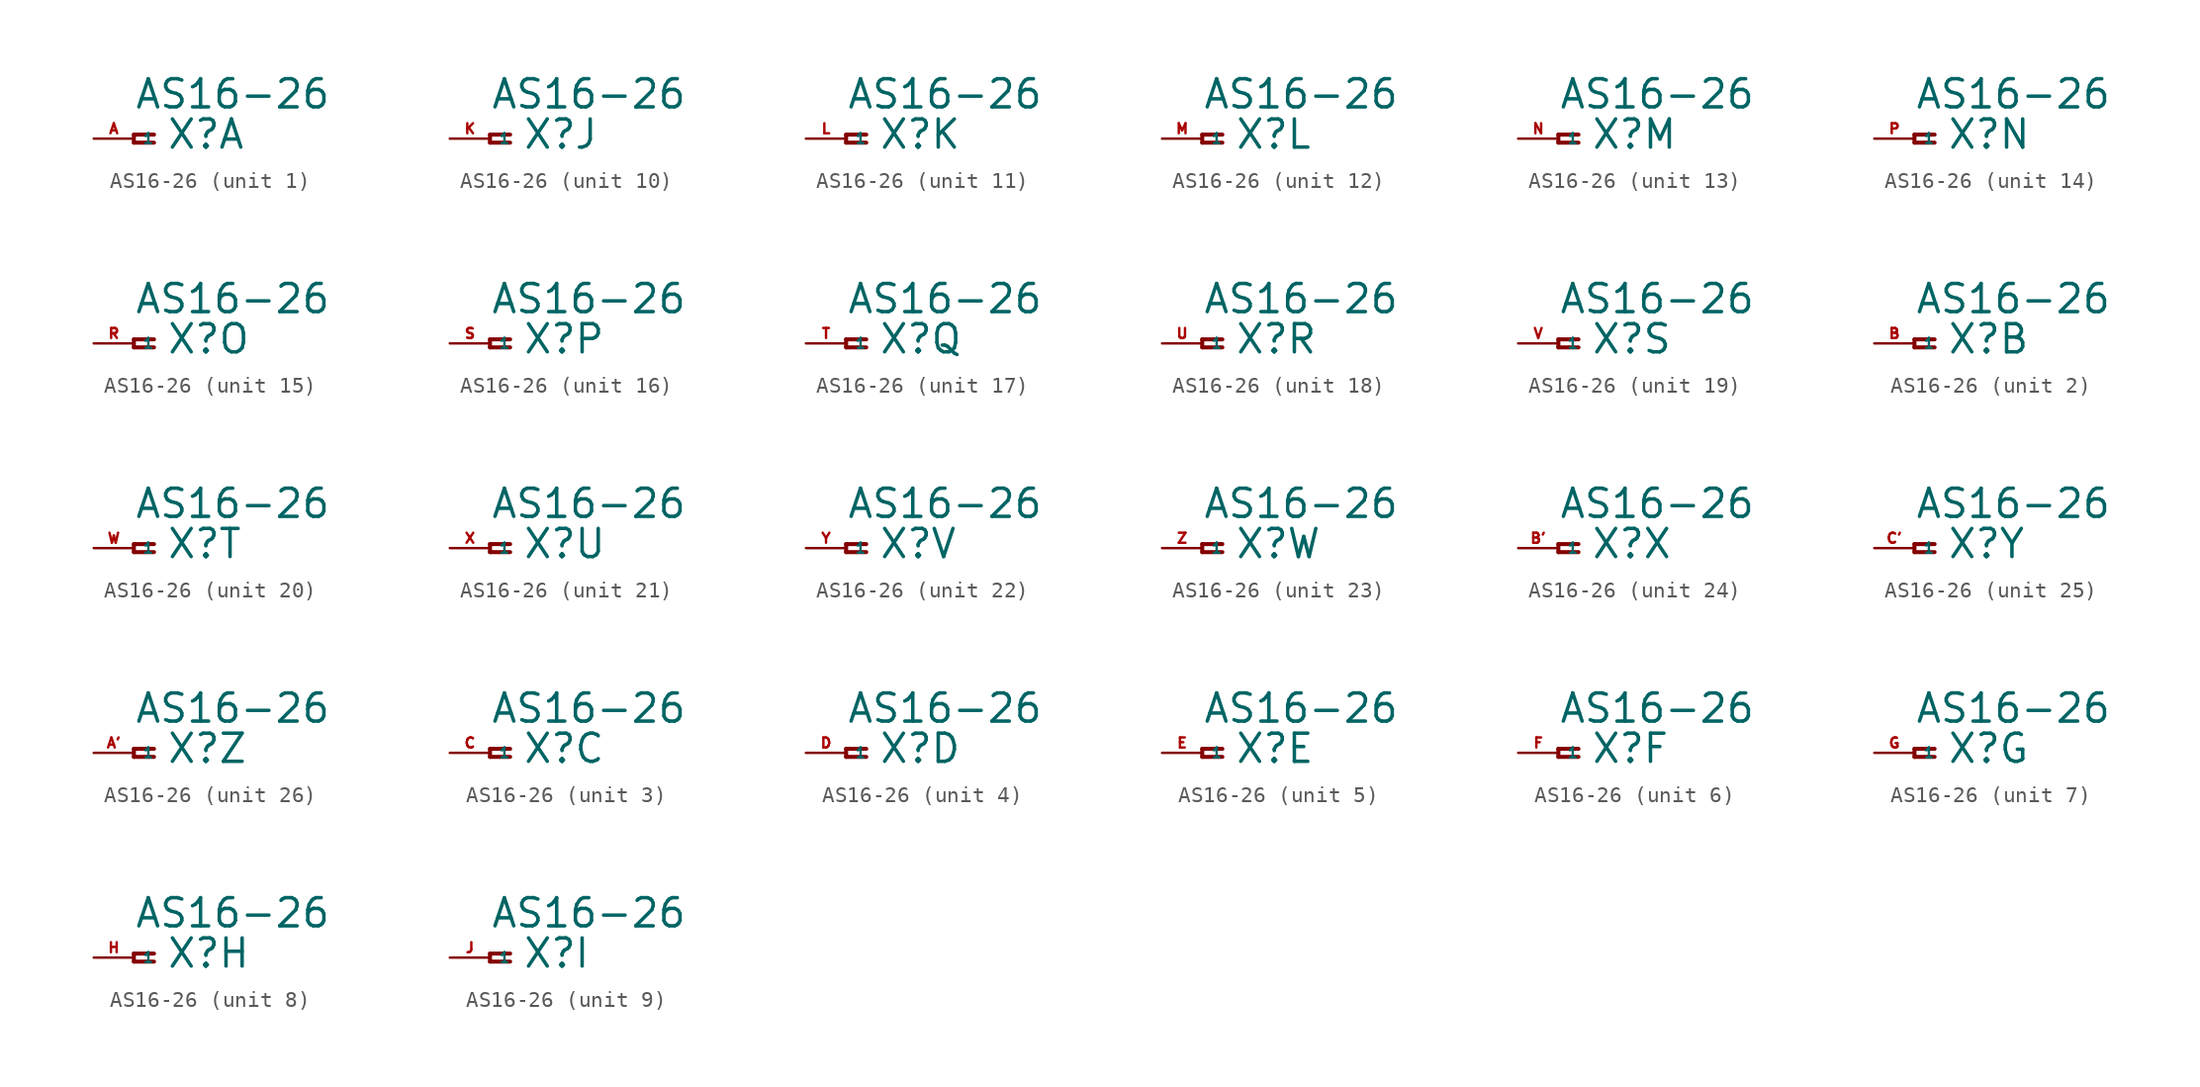
<source format=kicad_sym>
(kicad_symbol_lib
  (version 20220914)
  (generator Eagle2Kicad)
  (symbol "AS16-26"
    (property "Reference" "X"
      (at 2.032 -0.762 0)
      (effects (font (size 1.778 1.778) (thickness 0.22)) (justify left bottom)))
    (property "Value" "AS16-26"
      (at 0 1.778 0)
      (effects (font (size 1.778 1.778) (thickness 0.22)) (justify left bottom)))
    (symbol "AS16-26_1_0"
      (polyline (pts (xy 1.27 0.254) (xy 0 0.254)) (stroke (width 0.254) (type default)) (fill (type none)))
      (polyline (pts (xy 0 0.254) (xy 0 -0.254)) (stroke (width 0.254) (type default)) (fill (type none)))
      (polyline (pts (xy 0 -0.254) (xy 1.27 -0.254)) (stroke (width 0.254) (type default)) (fill (type none)))
      (pin passive line (at -2.54 0 0) (length 2.54) (name "1" (effects (font (size 0.635 0.635) (thickness 0.08)) (justify left bottom))) (number "A" (effects (font (size 0.635 0.635) (thickness 0.08)) (justify left bottom)))))
    (symbol "AS16-26_2_0"
      (polyline (pts (xy 1.27 0.254) (xy 0 0.254)) (stroke (width 0.254) (type default)) (fill (type none)))
      (polyline (pts (xy 0 0.254) (xy 0 -0.254)) (stroke (width 0.254) (type default)) (fill (type none)))
      (polyline (pts (xy 0 -0.254) (xy 1.27 -0.254)) (stroke (width 0.254) (type default)) (fill (type none)))
      (pin passive line (at -2.54 0 0) (length 2.54) (name "1" (effects (font (size 0.635 0.635) (thickness 0.08)) (justify left bottom))) (number "B" (effects (font (size 0.635 0.635) (thickness 0.08)) (justify left bottom)))))
    (symbol "AS16-26_3_0"
      (polyline (pts (xy 1.27 0.254) (xy 0 0.254)) (stroke (width 0.254) (type default)) (fill (type none)))
      (polyline (pts (xy 0 0.254) (xy 0 -0.254)) (stroke (width 0.254) (type default)) (fill (type none)))
      (polyline (pts (xy 0 -0.254) (xy 1.27 -0.254)) (stroke (width 0.254) (type default)) (fill (type none)))
      (pin passive line (at -2.54 0 0) (length 2.54) (name "1" (effects (font (size 0.635 0.635) (thickness 0.08)) (justify left bottom))) (number "C" (effects (font (size 0.635 0.635) (thickness 0.08)) (justify left bottom)))))
    (symbol "AS16-26_4_0"
      (polyline (pts (xy 1.27 0.254) (xy 0 0.254)) (stroke (width 0.254) (type default)) (fill (type none)))
      (polyline (pts (xy 0 0.254) (xy 0 -0.254)) (stroke (width 0.254) (type default)) (fill (type none)))
      (polyline (pts (xy 0 -0.254) (xy 1.27 -0.254)) (stroke (width 0.254) (type default)) (fill (type none)))
      (pin passive line (at -2.54 0 0) (length 2.54) (name "1" (effects (font (size 0.635 0.635) (thickness 0.08)) (justify left bottom))) (number "D" (effects (font (size 0.635 0.635) (thickness 0.08)) (justify left bottom)))))
    (symbol "AS16-26_5_0"
      (polyline (pts (xy 1.27 0.254) (xy 0 0.254)) (stroke (width 0.254) (type default)) (fill (type none)))
      (polyline (pts (xy 0 0.254) (xy 0 -0.254)) (stroke (width 0.254) (type default)) (fill (type none)))
      (polyline (pts (xy 0 -0.254) (xy 1.27 -0.254)) (stroke (width 0.254) (type default)) (fill (type none)))
      (pin passive line (at -2.54 0 0) (length 2.54) (name "1" (effects (font (size 0.635 0.635) (thickness 0.08)) (justify left bottom))) (number "E" (effects (font (size 0.635 0.635) (thickness 0.08)) (justify left bottom)))))
    (symbol "AS16-26_6_0"
      (polyline (pts (xy 1.27 0.254) (xy 0 0.254)) (stroke (width 0.254) (type default)) (fill (type none)))
      (polyline (pts (xy 0 0.254) (xy 0 -0.254)) (stroke (width 0.254) (type default)) (fill (type none)))
      (polyline (pts (xy 0 -0.254) (xy 1.27 -0.254)) (stroke (width 0.254) (type default)) (fill (type none)))
      (pin passive line (at -2.54 0 0) (length 2.54) (name "1" (effects (font (size 0.635 0.635) (thickness 0.08)) (justify left bottom))) (number "F" (effects (font (size 0.635 0.635) (thickness 0.08)) (justify left bottom)))))
    (symbol "AS16-26_7_0"
      (polyline (pts (xy 1.27 0.254) (xy 0 0.254)) (stroke (width 0.254) (type default)) (fill (type none)))
      (polyline (pts (xy 0 0.254) (xy 0 -0.254)) (stroke (width 0.254) (type default)) (fill (type none)))
      (polyline (pts (xy 0 -0.254) (xy 1.27 -0.254)) (stroke (width 0.254) (type default)) (fill (type none)))
      (pin passive line (at -2.54 0 0) (length 2.54) (name "1" (effects (font (size 0.635 0.635) (thickness 0.08)) (justify left bottom))) (number "G" (effects (font (size 0.635 0.635) (thickness 0.08)) (justify left bottom)))))
    (symbol "AS16-26_8_0"
      (polyline (pts (xy 1.27 0.254) (xy 0 0.254)) (stroke (width 0.254) (type default)) (fill (type none)))
      (polyline (pts (xy 0 0.254) (xy 0 -0.254)) (stroke (width 0.254) (type default)) (fill (type none)))
      (polyline (pts (xy 0 -0.254) (xy 1.27 -0.254)) (stroke (width 0.254) (type default)) (fill (type none)))
      (pin passive line (at -2.54 0 0) (length 2.54) (name "1" (effects (font (size 0.635 0.635) (thickness 0.08)) (justify left bottom))) (number "H" (effects (font (size 0.635 0.635) (thickness 0.08)) (justify left bottom)))))
    (symbol "AS16-26_9_0"
      (polyline (pts (xy 1.27 0.254) (xy 0 0.254)) (stroke (width 0.254) (type default)) (fill (type none)))
      (polyline (pts (xy 0 0.254) (xy 0 -0.254)) (stroke (width 0.254) (type default)) (fill (type none)))
      (polyline (pts (xy 0 -0.254) (xy 1.27 -0.254)) (stroke (width 0.254) (type default)) (fill (type none)))
      (pin passive line (at -2.54 0 0) (length 2.54) (name "1" (effects (font (size 0.635 0.635) (thickness 0.08)) (justify left bottom))) (number "J" (effects (font (size 0.635 0.635) (thickness 0.08)) (justify left bottom)))))
    (symbol "AS16-26_10_0"
      (polyline (pts (xy 1.27 0.254) (xy 0 0.254)) (stroke (width 0.254) (type default)) (fill (type none)))
      (polyline (pts (xy 0 0.254) (xy 0 -0.254)) (stroke (width 0.254) (type default)) (fill (type none)))
      (polyline (pts (xy 0 -0.254) (xy 1.27 -0.254)) (stroke (width 0.254) (type default)) (fill (type none)))
      (pin passive line (at -2.54 0 0) (length 2.54) (name "1" (effects (font (size 0.635 0.635) (thickness 0.08)) (justify left bottom))) (number "K" (effects (font (size 0.635 0.635) (thickness 0.08)) (justify left bottom)))))
    (symbol "AS16-26_11_0"
      (polyline (pts (xy 1.27 0.254) (xy 0 0.254)) (stroke (width 0.254) (type default)) (fill (type none)))
      (polyline (pts (xy 0 0.254) (xy 0 -0.254)) (stroke (width 0.254) (type default)) (fill (type none)))
      (polyline (pts (xy 0 -0.254) (xy 1.27 -0.254)) (stroke (width 0.254) (type default)) (fill (type none)))
      (pin passive line (at -2.54 0 0) (length 2.54) (name "1" (effects (font (size 0.635 0.635) (thickness 0.08)) (justify left bottom))) (number "L" (effects (font (size 0.635 0.635) (thickness 0.08)) (justify left bottom)))))
    (symbol "AS16-26_12_0"
      (polyline (pts (xy 1.27 0.254) (xy 0 0.254)) (stroke (width 0.254) (type default)) (fill (type none)))
      (polyline (pts (xy 0 0.254) (xy 0 -0.254)) (stroke (width 0.254) (type default)) (fill (type none)))
      (polyline (pts (xy 0 -0.254) (xy 1.27 -0.254)) (stroke (width 0.254) (type default)) (fill (type none)))
      (pin passive line (at -2.54 0 0) (length 2.54) (name "1" (effects (font (size 0.635 0.635) (thickness 0.08)) (justify left bottom))) (number "M" (effects (font (size 0.635 0.635) (thickness 0.08)) (justify left bottom)))))
    (symbol "AS16-26_13_0"
      (polyline (pts (xy 1.27 0.254) (xy 0 0.254)) (stroke (width 0.254) (type default)) (fill (type none)))
      (polyline (pts (xy 0 0.254) (xy 0 -0.254)) (stroke (width 0.254) (type default)) (fill (type none)))
      (polyline (pts (xy 0 -0.254) (xy 1.27 -0.254)) (stroke (width 0.254) (type default)) (fill (type none)))
      (pin passive line (at -2.54 0 0) (length 2.54) (name "1" (effects (font (size 0.635 0.635) (thickness 0.08)) (justify left bottom))) (number "N" (effects (font (size 0.635 0.635) (thickness 0.08)) (justify left bottom)))))
    (symbol "AS16-26_14_0"
      (polyline (pts (xy 1.27 0.254) (xy 0 0.254)) (stroke (width 0.254) (type default)) (fill (type none)))
      (polyline (pts (xy 0 0.254) (xy 0 -0.254)) (stroke (width 0.254) (type default)) (fill (type none)))
      (polyline (pts (xy 0 -0.254) (xy 1.27 -0.254)) (stroke (width 0.254) (type default)) (fill (type none)))
      (pin passive line (at -2.54 0 0) (length 2.54) (name "1" (effects (font (size 0.635 0.635) (thickness 0.08)) (justify left bottom))) (number "P" (effects (font (size 0.635 0.635) (thickness 0.08)) (justify left bottom)))))
    (symbol "AS16-26_15_0"
      (polyline (pts (xy 1.27 0.254) (xy 0 0.254)) (stroke (width 0.254) (type default)) (fill (type none)))
      (polyline (pts (xy 0 0.254) (xy 0 -0.254)) (stroke (width 0.254) (type default)) (fill (type none)))
      (polyline (pts (xy 0 -0.254) (xy 1.27 -0.254)) (stroke (width 0.254) (type default)) (fill (type none)))
      (pin passive line (at -2.54 0 0) (length 2.54) (name "1" (effects (font (size 0.635 0.635) (thickness 0.08)) (justify left bottom))) (number "R" (effects (font (size 0.635 0.635) (thickness 0.08)) (justify left bottom)))))
    (symbol "AS16-26_16_0"
      (polyline (pts (xy 1.27 0.254) (xy 0 0.254)) (stroke (width 0.254) (type default)) (fill (type none)))
      (polyline (pts (xy 0 0.254) (xy 0 -0.254)) (stroke (width 0.254) (type default)) (fill (type none)))
      (polyline (pts (xy 0 -0.254) (xy 1.27 -0.254)) (stroke (width 0.254) (type default)) (fill (type none)))
      (pin passive line (at -2.54 0 0) (length 2.54) (name "1" (effects (font (size 0.635 0.635) (thickness 0.08)) (justify left bottom))) (number "S" (effects (font (size 0.635 0.635) (thickness 0.08)) (justify left bottom)))))
    (symbol "AS16-26_17_0"
      (polyline (pts (xy 1.27 0.254) (xy 0 0.254)) (stroke (width 0.254) (type default)) (fill (type none)))
      (polyline (pts (xy 0 0.254) (xy 0 -0.254)) (stroke (width 0.254) (type default)) (fill (type none)))
      (polyline (pts (xy 0 -0.254) (xy 1.27 -0.254)) (stroke (width 0.254) (type default)) (fill (type none)))
      (pin passive line (at -2.54 0 0) (length 2.54) (name "1" (effects (font (size 0.635 0.635) (thickness 0.08)) (justify left bottom))) (number "T" (effects (font (size 0.635 0.635) (thickness 0.08)) (justify left bottom)))))
    (symbol "AS16-26_18_0"
      (polyline (pts (xy 1.27 0.254) (xy 0 0.254)) (stroke (width 0.254) (type default)) (fill (type none)))
      (polyline (pts (xy 0 0.254) (xy 0 -0.254)) (stroke (width 0.254) (type default)) (fill (type none)))
      (polyline (pts (xy 0 -0.254) (xy 1.27 -0.254)) (stroke (width 0.254) (type default)) (fill (type none)))
      (pin passive line (at -2.54 0 0) (length 2.54) (name "1" (effects (font (size 0.635 0.635) (thickness 0.08)) (justify left bottom))) (number "U" (effects (font (size 0.635 0.635) (thickness 0.08)) (justify left bottom)))))
    (symbol "AS16-26_19_0"
      (polyline (pts (xy 1.27 0.254) (xy 0 0.254)) (stroke (width 0.254) (type default)) (fill (type none)))
      (polyline (pts (xy 0 0.254) (xy 0 -0.254)) (stroke (width 0.254) (type default)) (fill (type none)))
      (polyline (pts (xy 0 -0.254) (xy 1.27 -0.254)) (stroke (width 0.254) (type default)) (fill (type none)))
      (pin passive line (at -2.54 0 0) (length 2.54) (name "1" (effects (font (size 0.635 0.635) (thickness 0.08)) (justify left bottom))) (number "V" (effects (font (size 0.635 0.635) (thickness 0.08)) (justify left bottom)))))
    (symbol "AS16-26_20_0"
      (polyline (pts (xy 1.27 0.254) (xy 0 0.254)) (stroke (width 0.254) (type default)) (fill (type none)))
      (polyline (pts (xy 0 0.254) (xy 0 -0.254)) (stroke (width 0.254) (type default)) (fill (type none)))
      (polyline (pts (xy 0 -0.254) (xy 1.27 -0.254)) (stroke (width 0.254) (type default)) (fill (type none)))
      (pin passive line (at -2.54 0 0) (length 2.54) (name "1" (effects (font (size 0.635 0.635) (thickness 0.08)) (justify left bottom))) (number "W" (effects (font (size 0.635 0.635) (thickness 0.08)) (justify left bottom)))))
    (symbol "AS16-26_21_0"
      (polyline (pts (xy 1.27 0.254) (xy 0 0.254)) (stroke (width 0.254) (type default)) (fill (type none)))
      (polyline (pts (xy 0 0.254) (xy 0 -0.254)) (stroke (width 0.254) (type default)) (fill (type none)))
      (polyline (pts (xy 0 -0.254) (xy 1.27 -0.254)) (stroke (width 0.254) (type default)) (fill (type none)))
      (pin passive line (at -2.54 0 0) (length 2.54) (name "1" (effects (font (size 0.635 0.635) (thickness 0.08)) (justify left bottom))) (number "X" (effects (font (size 0.635 0.635) (thickness 0.08)) (justify left bottom)))))
    (symbol "AS16-26_22_0"
      (polyline (pts (xy 1.27 0.254) (xy 0 0.254)) (stroke (width 0.254) (type default)) (fill (type none)))
      (polyline (pts (xy 0 0.254) (xy 0 -0.254)) (stroke (width 0.254) (type default)) (fill (type none)))
      (polyline (pts (xy 0 -0.254) (xy 1.27 -0.254)) (stroke (width 0.254) (type default)) (fill (type none)))
      (pin passive line (at -2.54 0 0) (length 2.54) (name "1" (effects (font (size 0.635 0.635) (thickness 0.08)) (justify left bottom))) (number "Y" (effects (font (size 0.635 0.635) (thickness 0.08)) (justify left bottom)))))
    (symbol "AS16-26_23_0"
      (polyline (pts (xy 1.27 0.254) (xy 0 0.254)) (stroke (width 0.254) (type default)) (fill (type none)))
      (polyline (pts (xy 0 0.254) (xy 0 -0.254)) (stroke (width 0.254) (type default)) (fill (type none)))
      (polyline (pts (xy 0 -0.254) (xy 1.27 -0.254)) (stroke (width 0.254) (type default)) (fill (type none)))
      (pin passive line (at -2.54 0 0) (length 2.54) (name "1" (effects (font (size 0.635 0.635) (thickness 0.08)) (justify left bottom))) (number "Z" (effects (font (size 0.635 0.635) (thickness 0.08)) (justify left bottom)))))
    (symbol "AS16-26_24_0"
      (polyline (pts (xy 1.27 0.254) (xy 0 0.254)) (stroke (width 0.254) (type default)) (fill (type none)))
      (polyline (pts (xy 0 0.254) (xy 0 -0.254)) (stroke (width 0.254) (type default)) (fill (type none)))
      (polyline (pts (xy 0 -0.254) (xy 1.27 -0.254)) (stroke (width 0.254) (type default)) (fill (type none)))
      (pin passive line (at -2.54 0 0) (length 2.54) (name "1" (effects (font (size 0.635 0.635) (thickness 0.08)) (justify left bottom))) (number "B'" (effects (font (size 0.635 0.635) (thickness 0.08)) (justify left bottom)))))
    (symbol "AS16-26_25_0"
      (polyline (pts (xy 1.27 0.254) (xy 0 0.254)) (stroke (width 0.254) (type default)) (fill (type none)))
      (polyline (pts (xy 0 0.254) (xy 0 -0.254)) (stroke (width 0.254) (type default)) (fill (type none)))
      (polyline (pts (xy 0 -0.254) (xy 1.27 -0.254)) (stroke (width 0.254) (type default)) (fill (type none)))
      (pin passive line (at -2.54 0 0) (length 2.54) (name "1" (effects (font (size 0.635 0.635) (thickness 0.08)) (justify left bottom))) (number "C'" (effects (font (size 0.635 0.635) (thickness 0.08)) (justify left bottom)))))
    (symbol "AS16-26_26_0"
      (polyline (pts (xy 1.27 0.254) (xy 0 0.254)) (stroke (width 0.254) (type default)) (fill (type none)))
      (polyline (pts (xy 0 0.254) (xy 0 -0.254)) (stroke (width 0.254) (type default)) (fill (type none)))
      (polyline (pts (xy 0 -0.254) (xy 1.27 -0.254)) (stroke (width 0.254) (type default)) (fill (type none)))
      (pin passive line (at -2.54 0 0) (length 2.54) (name "1" (effects (font (size 0.635 0.635) (thickness 0.08)) (justify left bottom))) (number "A'" (effects (font (size 0.635 0.635) (thickness 0.08)) (justify left bottom)))))))
</source>
